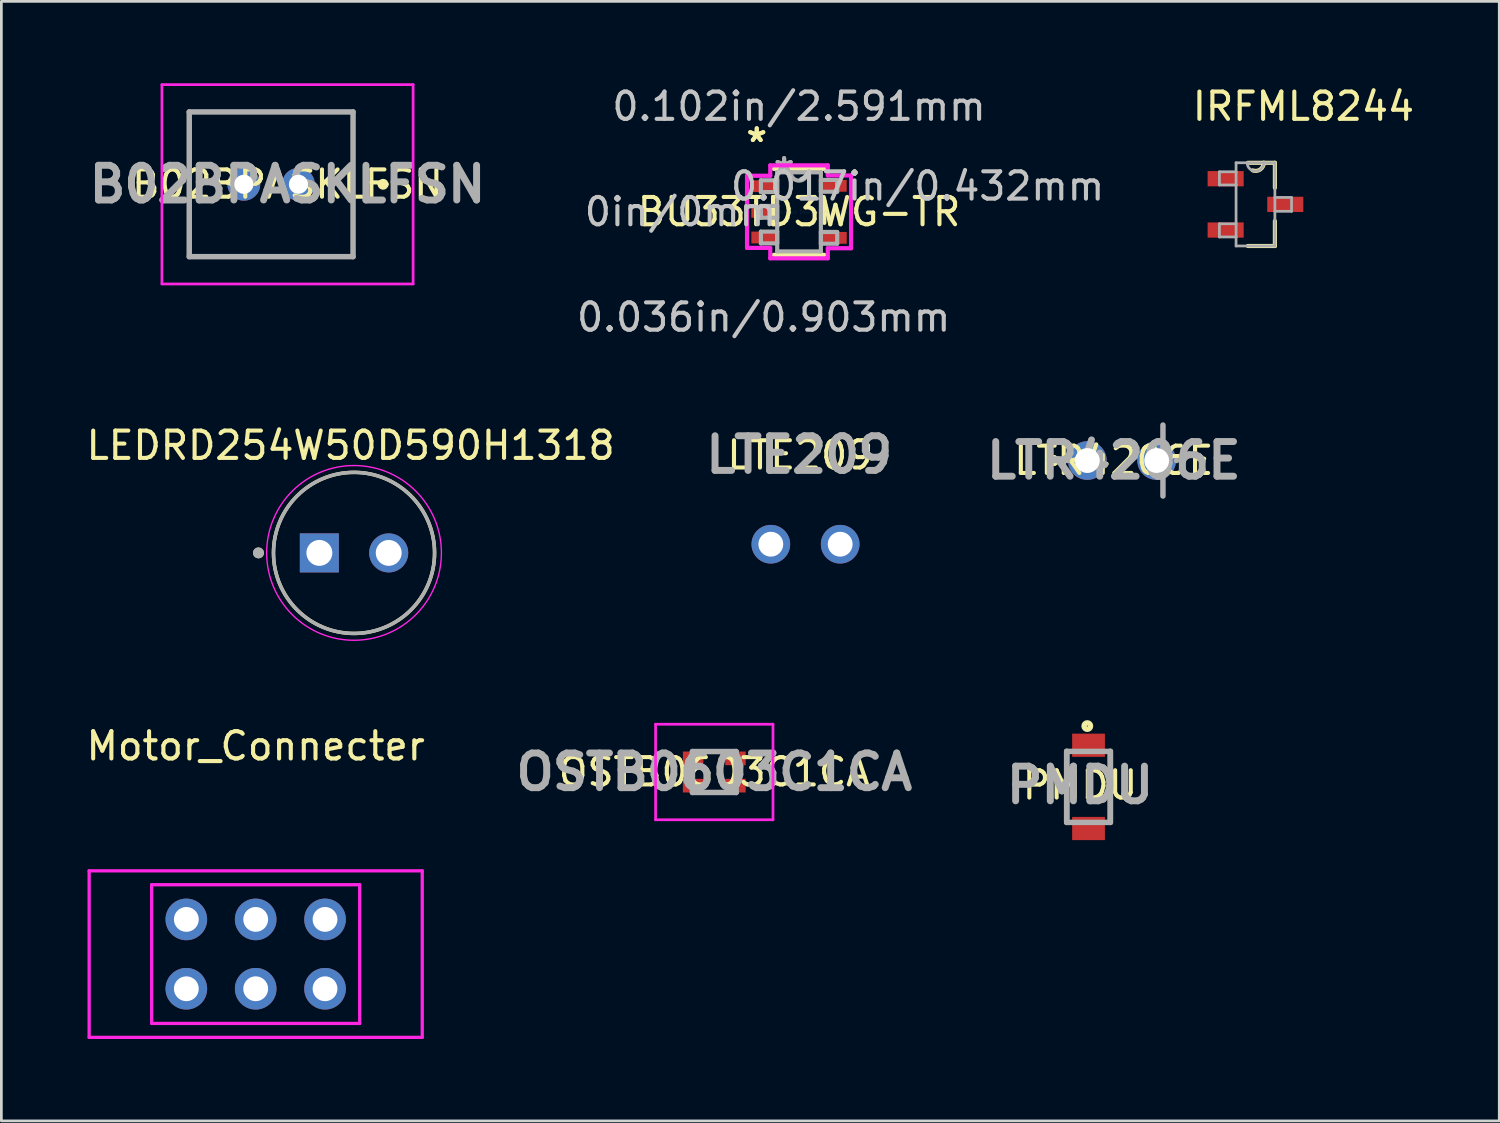
<source format=kicad_pcb>
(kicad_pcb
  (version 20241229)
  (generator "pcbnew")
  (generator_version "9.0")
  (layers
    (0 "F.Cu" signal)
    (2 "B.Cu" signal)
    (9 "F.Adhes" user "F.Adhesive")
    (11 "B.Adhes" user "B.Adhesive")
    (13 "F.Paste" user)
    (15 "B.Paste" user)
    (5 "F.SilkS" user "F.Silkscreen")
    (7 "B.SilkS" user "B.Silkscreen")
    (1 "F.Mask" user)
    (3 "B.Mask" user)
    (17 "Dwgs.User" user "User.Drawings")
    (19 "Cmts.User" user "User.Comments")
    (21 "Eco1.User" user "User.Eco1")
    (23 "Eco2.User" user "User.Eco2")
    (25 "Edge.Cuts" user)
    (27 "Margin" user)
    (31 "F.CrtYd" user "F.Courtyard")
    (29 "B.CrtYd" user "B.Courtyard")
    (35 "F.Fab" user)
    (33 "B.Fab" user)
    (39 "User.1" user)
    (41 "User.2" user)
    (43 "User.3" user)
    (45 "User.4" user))
  (footprint "OSTB0603C1CA"
    (layer "F.Cu")
    (at 23.112 25.226)
    (property "Reference" "OSTB0603C1CA" (at 0 0 0) (layer "F.SilkS") (effects (font (size 1 1) (thickness 0.15))))
    (attr smd)
    (fp_line (start 1.6 -0.5) (end 1.6 -0.5) (stroke (width 0.1) (type solid)) (layer "F.SilkS"))
    (fp_line (start 1.7 -0.5) (end 1.7 -0.5) (stroke (width 0.1) (type solid)) (layer "F.SilkS"))
    (fp_arc (start 1.6 -0.5) (mid 1.65 -0.55) (end 1.7 -0.5) (stroke (width 0.1) (type solid)) (layer "F.SilkS"))
    (fp_arc (start 1.7 -0.5) (mid 1.65 -0.45) (end 1.6 -0.5) (stroke (width 0.1) (type solid)) (layer "F.SilkS"))
    (fp_line (start -2.15 -1.75) (end 2.15 -1.75) (stroke (width 0.1) (type solid)) (layer "F.CrtYd"))
    (fp_line (start -2.15 1.75) (end -2.15 -1.75) (stroke (width 0.1) (type solid)) (layer "F.CrtYd"))
    (fp_line (start 2.15 -1.75) (end 2.15 1.75) (stroke (width 0.1) (type solid)) (layer "F.CrtYd"))
    (fp_line (start 2.15 1.75) (end -2.15 1.75) (stroke (width 0.1) (type solid)) (layer "F.CrtYd"))
    (fp_line (start -0.8 -0.75) (end 0.8 -0.75) (stroke (width 0.2) (type solid)) (layer "F.Fab"))
    (fp_line (start -0.8 0.75) (end -0.8 -0.75) (stroke (width 0.2) (type solid)) (layer "F.Fab"))
    (fp_line (start 0.8 -0.75) (end 0.8 0.75) (stroke (width 0.2) (type solid)) (layer "F.Fab"))
    (fp_line (start 0.8 0.75) (end -0.8 0.75) (stroke (width 0.2) (type solid)) (layer "F.Fab"))
    (fp_text user "${REFERENCE}" (at 0 0 0) (layer "F.Fab") (effects (font (size 1.27 1.27) (thickness 0.254))))
    (pad "1" smd rect (at 0.775 -0.5 90) (size 0.5 0.75) (layers "F.Cu" "F.Mask" "F.Paste"))
    (pad "2" smd rect (at 0.775 0.5 90) (size 0.5 0.75) (layers "F.Cu" "F.Mask" "F.Paste"))
    (pad "3" smd rect (at -0.775 -0.5 90) (size 0.5 0.75) (layers "F.Cu" "F.Mask" "F.Paste"))
    (pad "4" smd rect (at -0.775 0.5 90) (size 0.5 0.75) (layers "F.Cu" "F.Mask" "F.Paste")))
  (footprint "LTE209"
    (layer "F.Cu")
    (at 26.453 16.883)
    (property "Reference" "LTE209" (at -0.191 -3.264 0) (layer "F.SilkS") (effects (font (size 1 1) (thickness 0.15))))
    (attr through_hole)
    (fp_text user "${REFERENCE}" (at -0.229 -3.277 0) (layer "F.Fab") (effects (font (size 1.27 1.27) (thickness 0.254))))
    (pad "1" thru_hole circle (at -1.27 0) (size 1.416 1.416) (drill 0.91) (layers "*.Cu" "*.Mask"))
    (pad "2" thru_hole circle (at 1.27 0) (size 1.416 1.416) (drill 0.91) (layers "*.Cu" "*.Mask")))
  (footprint "LTR4206E"
    (layer "F.Cu")
    (at 38.045 13.818)
    (property "Reference" "LTR4206E" (at -0.3 0 0) (layer "F.SilkS") (effects (font (size 1 1) (thickness 0.15))))
    (attr through_hole)
    (fp_line (start -2.5 -0.1) (end -2.5 -0.1) (stroke (width 0.2) (type solid)) (layer "F.SilkS"))
    (fp_line (start -2.5 0.1) (end -2.5 0.1) (stroke (width 0.2) (type solid)) (layer "F.SilkS"))
    (fp_line (start 1.5 -1.3) (end 1.5 -0.9) (stroke (width 0.1) (type solid)) (layer "F.SilkS"))
    (fp_line (start 1.5 1.3) (end 1.5 0.9) (stroke (width 0.1) (type solid)) (layer "F.SilkS"))
    (fp_arc (start -2.5 -0.1) (mid -2.4 0) (end -2.5 0.1) (stroke (width 0.2) (type solid)) (layer "F.SilkS"))
    (fp_arc (start -2.5 0.1) (mid -2.6 0) (end -2.5 -0.1) (stroke (width 0.2) (type solid)) (layer "F.SilkS"))
    (fp_line (start -2 0) (end -2 0) (stroke (width 0.2) (type solid)) (layer "F.Fab"))
    (fp_line (start 1.5 -1.3) (end 1.5 1.3) (stroke (width 0.2) (type solid)) (layer "F.Fab"))
    (fp_line (start 2 0) (end 2 0) (stroke (width 0.2) (type solid)) (layer "F.Fab"))
    (fp_text user "${REFERENCE}" (at -0.3 0 0) (layer "F.Fab") (effects (font (size 1.27 1.27) (thickness 0.254))))
    (pad "1" thru_hole circle (at -1.27 0) (size 1.416 1.416) (drill 0.91) (layers "*.Cu" "*.Mask"))
    (pad "2" thru_hole circle (at 1.27 0) (size 1.416 1.416) (drill 0.91) (layers "*.Cu" "*.Mask")))
  (footprint "IRFML8244"
    (layer "F.Cu")
    (at 42.934 4.436)
    (property "Reference" "IRFML8244" (at 1.756 -3.588 0) (layer "F.SilkS") (effects (font (size 1 1) (thickness 0.15))))
    (attr through_hole)
    (fp_line (start -0.279 1.524) (end 0.711 1.524) (stroke (width 0.152) (type solid)) (layer "F.SilkS"))
    (fp_line (start 0.305 -1.524) (end -0.279 -1.524) (stroke (width 0.152) (type solid)) (layer "F.SilkS"))
    (fp_line (start 0.711 -1.524) (end 0.305 -1.524) (stroke (width 0.152) (type solid)) (layer "F.SilkS"))
    (fp_line (start 0.711 -0.61) (end 0.711 -1.524) (stroke (width 0.152) (type solid)) (layer "F.SilkS"))
    (fp_line (start 0.711 1.524) (end 0.711 0.61) (stroke (width 0.152) (type solid)) (layer "F.SilkS"))
    (fp_arc (start 0.3048 -1.524) (mid 0.174323 -1.278521) (end -0.1016 -1.2446) (stroke (width 0.1524) (type solid)) (layer "F.SilkS"))
    (fp_line (start -1.321 -1.194) (end -1.321 -0.711) (stroke (width 0.1) (type solid)) (layer "F.Fab"))
    (fp_line (start -1.321 -0.711) (end -0.711 -0.711) (stroke (width 0.1) (type solid)) (layer "F.Fab"))
    (fp_line (start -1.321 0.711) (end -1.321 1.194) (stroke (width 0.1) (type solid)) (layer "F.Fab"))
    (fp_line (start -1.321 1.194) (end -0.711 1.194) (stroke (width 0.1) (type solid)) (layer "F.Fab"))
    (fp_line (start -0.711 -1.524) (end -0.711 -1.194) (stroke (width 0.1) (type solid)) (layer "F.Fab"))
    (fp_line (start -0.711 -1.194) (end -1.321 -1.194) (stroke (width 0.1) (type solid)) (layer "F.Fab"))
    (fp_line (start -0.711 -1.194) (end -0.711 -0.711) (stroke (width 0.1) (type solid)) (layer "F.Fab"))
    (fp_line (start -0.711 -0.711) (end -0.711 0.711) (stroke (width 0.1) (type solid)) (layer "F.Fab"))
    (fp_line (start -0.711 0.711) (end -1.321 0.711) (stroke (width 0.1) (type solid)) (layer "F.Fab"))
    (fp_line (start -0.711 1.194) (end -0.711 0.711) (stroke (width 0.1) (type solid)) (layer "F.Fab"))
    (fp_line (start -0.711 1.524) (end -0.711 1.194) (stroke (width 0.1) (type solid)) (layer "F.Fab"))
    (fp_line (start -0.711 1.524) (end 0.711 1.524) (stroke (width 0.1) (type solid)) (layer "F.Fab"))
    (fp_line (start -0.305 -1.524) (end -0.711 -1.524) (stroke (width 0.1) (type solid)) (layer "F.Fab"))
    (fp_line (start 0.305 -1.524) (end -0.305 -1.524) (stroke (width 0.1) (type solid)) (layer "F.Fab"))
    (fp_line (start 0.711 -1.524) (end 0.305 -1.524) (stroke (width 0.1) (type solid)) (layer "F.Fab"))
    (fp_line (start 0.711 -0.254) (end 0.711 -1.524) (stroke (width 0.1) (type solid)) (layer "F.Fab"))
    (fp_line (start 0.711 0.254) (end 0.711 -0.254) (stroke (width 0.1) (type solid)) (layer "F.Fab"))
    (fp_line (start 0.711 0.254) (end 1.321 0.254) (stroke (width 0.1) (type solid)) (layer "F.Fab"))
    (fp_line (start 0.711 1.524) (end 0.711 0.254) (stroke (width 0.1) (type solid)) (layer "F.Fab"))
    (fp_line (start 1.321 -0.254) (end 0.711 -0.254) (stroke (width 0.1) (type solid)) (layer "F.Fab"))
    (fp_line (start 1.321 0.254) (end 1.321 -0.254) (stroke (width 0.1) (type solid)) (layer "F.Fab"))
    (fp_arc (start 0.3048 -1.524) (mid 0 -1.2192) (end -0.3048 -1.524) (stroke (width 0.1) (type solid)) (layer "F.Fab"))
    (pad "1" smd rect (at -1.092 -0.94) (size 1.321 0.559) (layers "F.Cu" "F.Mask" "F.Paste"))
    (pad "2" smd rect (at -1.092 0.94) (size 1.321 0.559) (layers "F.Cu" "F.Mask" "F.Paste"))
    (pad "3" smd rect (at 1.092 0) (size 1.321 0.559) (layers "F.Cu" "F.Mask" "F.Paste")))
  (footprint "PMDU"
    (layer "F.Cu")
    (at 36.819 25.771)
    (property "Reference" "PMDU" (at -0.311 -0.064 0) (layer "F.SilkS") (effects (font (size 1 1) (thickness 0.15))))
    (attr smd)
    (fp_line (start -0.8 1.3) (end -0.8 -1.3) (stroke (width 0.2) (type solid)) (layer "F.SilkS"))
    (fp_line (start 0.8 -1.3) (end 0.8 1.3) (stroke (width 0.2) (type solid)) (layer "F.SilkS"))
    (fp_circle (center -0.045 -2.227) (end -0.045 -2.209) (stroke (width 0.2) (type solid)) (fill no) (layer "F.SilkS"))
    (fp_line (start -0.8 -1.3) (end 0.8 -1.3) (stroke (width 0.2) (type solid)) (layer "F.Fab"))
    (fp_line (start -0.8 1.3) (end -0.8 -1.3) (stroke (width 0.2) (type solid)) (layer "F.Fab"))
    (fp_line (start 0.8 -1.3) (end 0.8 1.3) (stroke (width 0.2) (type solid)) (layer "F.Fab"))
    (fp_line (start 0.8 1.3) (end -0.8 1.3) (stroke (width 0.2) (type solid)) (layer "F.Fab"))
    (fp_text user "${REFERENCE}" (at -0.311 -0.064 0) (layer "F.Fab") (effects (font (size 1.27 1.27) (thickness 0.254))))
    (pad "1" smd rect (at 0 -1.525 90) (size 0.85 1.2) (layers "F.Cu" "F.Mask" "F.Paste"))
    (pad "2" smd rect (at 0 1.525 90) (size 0.85 1.2) (layers "F.Cu" "F.Mask" "F.Paste")))
  (footprint "Motor_Connecter"
    (layer "F.Cu")
    (at 6.315 30.625)
    (property "Reference" "Motor_Connecter" (at 0 -6.35 0) (layer "F.SilkS") (effects (font (size 1 1) (thickness 0.15))))
    (attr through_hole)
    (fp_line (start -6.1 -1.78) (end 6.1 -1.78) (stroke (width 0.12) (type solid)) (layer "F.CrtYd"))
    (fp_line (start -6.1 4.32) (end -6.1 -1.78) (stroke (width 0.12) (type solid)) (layer "F.CrtYd"))
    (fp_line (start -3.81 -1.27) (end 3.81 -1.27) (stroke (width 0.12) (type solid)) (layer "F.CrtYd"))
    (fp_line (start -3.81 3.81) (end -3.81 -1.27) (stroke (width 0.12) (type solid)) (layer "F.CrtYd"))
    (fp_line (start 3.81 -1.27) (end 3.81 3.81) (stroke (width 0.12) (type solid)) (layer "F.CrtYd"))
    (fp_line (start 3.81 3.81) (end -3.81 3.81) (stroke (width 0.12) (type solid)) (layer "F.CrtYd"))
    (fp_line (start 6.1 -1.78) (end 6.1 4.32) (stroke (width 0.12) (type solid)) (layer "F.CrtYd"))
    (fp_line (start 6.1 4.32) (end -6.1 4.32) (stroke (width 0.12) (type solid)) (layer "F.CrtYd"))
    (pad "1" thru_hole circle (at 2.54 2.54) (size 1.524 1.524) (drill 0.91) (layers "*.Cu" "*.Mask"))
    (pad "2" thru_hole circle (at 2.54 0) (size 1.524 1.524) (drill 0.91) (layers "*.Cu" "*.Mask"))
    (pad "3" thru_hole circle (at 0 2.54) (size 1.524 1.524) (drill 0.91) (layers "*.Cu" "*.Mask"))
    (pad "4" thru_hole circle (at 0 0) (size 1.524 1.524) (drill 0.91) (layers "*.Cu" "*.Mask"))
    (pad "5" thru_hole circle (at -2.54 2.54) (size 1.524 1.524) (drill 0.91) (layers "*.Cu" "*.Mask"))
    (pad "6" thru_hole circle (at -2.54 0) (size 1.524 1.524) (drill 0.91) (layers "*.Cu" "*.Mask")))
  (footprint "LEDRD254W50D590H1318"
    (layer "F.Cu")
    (at 9.917 17.201)
    (property "Reference" "LEDRD254W50D590H1318" (at -0.125 -3.935 0) (layer "F.SilkS") (effects (font (size 1 1) (thickness 0.15))))
    (attr through_hole)
    (fp_circle (center -3.5 0) (end -3.4 0) (stroke (width 0.2) (type solid)) (fill no) (layer "F.SilkS"))
    (fp_circle (center 0 0) (end 2.95 0) (stroke (width 0.127) (type solid)) (fill no) (layer "F.SilkS"))
    (fp_circle (center 0 0) (end 3.2 0) (stroke (width 0.05) (type solid)) (fill no) (layer "F.CrtYd"))
    (fp_circle (center -3.5 0) (end -3.4 0) (stroke (width 0.2) (type solid)) (fill no) (layer "F.Fab"))
    (fp_circle (center 0 0) (end 2.95 0) (stroke (width 0.127) (type solid)) (fill no) (layer "F.Fab"))
    (pad "A" thru_hole circle (at 1.27 0) (size 1.43 1.43) (drill 0.95) (layers "*.Cu" "*.Mask"))
    (pad "C" thru_hole rect (at -1.27 0) (size 1.43 1.43) (drill 0.95) (layers "*.Cu" "*.Mask")))
  (footprint "B02BPASKLFSN"
    (layer "F.Cu")
    (at 7.881 3.7)
    (property "Reference" "B02BPASKLFSN" (at -0.4 0 0) (layer "F.SilkS") (effects (font (size 1 1) (thickness 0.15))))
    (attr through_hole)
    (fp_line (start -4 -2.65) (end 2 -2.65) (stroke (width 0.1) (type solid)) (layer "F.SilkS"))
    (fp_line (start -4 2.65) (end -4 -2.65) (stroke (width 0.1) (type solid)) (layer "F.SilkS"))
    (fp_line (start 2 -2.65) (end 2 2.65) (stroke (width 0.1) (type solid)) (layer "F.SilkS"))
    (fp_line (start 2 2.65) (end -4 2.65) (stroke (width 0.1) (type solid)) (layer "F.SilkS"))
    (fp_line (start 3 0) (end 3 0) (stroke (width 0.2) (type solid)) (layer "F.SilkS"))
    (fp_line (start 3.2 0) (end 3.2 0) (stroke (width 0.2) (type solid)) (layer "F.SilkS"))
    (fp_arc (start 3 0) (mid 3.1 -0.1) (end 3.2 0) (stroke (width 0.2) (type solid)) (layer "F.SilkS"))
    (fp_arc (start 3.2 0) (mid 3.1 0.1) (end 3 0) (stroke (width 0.2) (type solid)) (layer "F.SilkS"))
    (fp_line (start -5 -3.65) (end 4.2 -3.65) (stroke (width 0.1) (type solid)) (layer "F.CrtYd"))
    (fp_line (start -5 3.65) (end -5 -3.65) (stroke (width 0.1) (type solid)) (layer "F.CrtYd"))
    (fp_line (start 4.2 -3.65) (end 4.2 3.65) (stroke (width 0.1) (type solid)) (layer "F.CrtYd"))
    (fp_line (start 4.2 3.65) (end -5 3.65) (stroke (width 0.1) (type solid)) (layer "F.CrtYd"))
    (fp_line (start -4 -2.65) (end 2 -2.65) (stroke (width 0.2) (type solid)) (layer "F.Fab"))
    (fp_line (start -4 2.65) (end -4 -2.65) (stroke (width 0.2) (type solid)) (layer "F.Fab"))
    (fp_line (start 2 -2.65) (end 2 2.65) (stroke (width 0.2) (type solid)) (layer "F.Fab"))
    (fp_line (start 2 2.65) (end -4 2.65) (stroke (width 0.2) (type solid)) (layer "F.Fab"))
    (fp_text user "${REFERENCE}" (at -0.4 0 0) (layer "F.Fab") (effects (font (size 1.27 1.27) (thickness 0.254))))
    (pad "1" thru_hole circle (at 0 0) (size 1.2 1.2) (drill 0.7) (layers "*.Cu" "*.Mask"))
    (pad "2" thru_hole circle (at -2 0) (size 1.2 1.2) (drill 0.7) (layers "*.Cu" "*.Mask")))
  (footprint "BU33TD3WG-TR"
    (layer "F.Cu")
    (at 26.216 4.709)
    (property "Reference" "BU33TD3WG-TR" (at 0 0 0) (layer "F.SilkS") (effects (font (size 1 1) (thickness 0.15))))
    (attr through_hole)
    (fp_line (start -0.927 1.575) (end 0.927 1.575) (stroke (width 0.152) (type solid)) (layer "F.SilkS"))
    (fp_line (start 0.927 -1.575) (end -0.927 -1.575) (stroke (width 0.152) (type solid)) (layer "F.SilkS"))
    (fp_line (start 0.927 0.404) (end 0.927 -0.404) (stroke (width 0.152) (type solid)) (layer "F.SilkS"))
    (fp_line (start -1.905 -1.321) (end -1.054 -1.321) (stroke (width 0.152) (type solid)) (layer "F.CrtYd"))
    (fp_line (start -1.905 1.321) (end -1.905 -1.321) (stroke (width 0.152) (type solid)) (layer "F.CrtYd"))
    (fp_line (start -1.054 -1.702) (end 1.054 -1.702) (stroke (width 0.152) (type solid)) (layer "F.CrtYd"))
    (fp_line (start -1.054 -1.321) (end -1.054 -1.702) (stroke (width 0.152) (type solid)) (layer "F.CrtYd"))
    (fp_line (start -1.054 1.321) (end -1.905 1.321) (stroke (width 0.152) (type solid)) (layer "F.CrtYd"))
    (fp_line (start -1.054 1.702) (end -1.054 1.321) (stroke (width 0.152) (type solid)) (layer "F.CrtYd"))
    (fp_line (start 1.054 -1.702) (end 1.054 -1.333) (stroke (width 0.152) (type solid)) (layer "F.CrtYd"))
    (fp_line (start 1.054 -1.333) (end 1.905 -1.333) (stroke (width 0.152) (type solid)) (layer "F.CrtYd"))
    (fp_line (start 1.054 1.333) (end 1.054 1.702) (stroke (width 0.152) (type solid)) (layer "F.CrtYd"))
    (fp_line (start 1.054 1.702) (end -1.054 1.702) (stroke (width 0.152) (type solid)) (layer "F.CrtYd"))
    (fp_line (start 1.905 -1.333) (end 1.905 1.333) (stroke (width 0.152) (type solid)) (layer "F.CrtYd"))
    (fp_line (start 1.905 1.333) (end 1.054 1.333) (stroke (width 0.152) (type solid)) (layer "F.CrtYd"))
    (fp_line (start -1.397 -1.156) (end -1.397 -0.724) (stroke (width 0.152) (type solid)) (layer "F.Fab"))
    (fp_line (start -1.397 -0.724) (end -0.8 -0.724) (stroke (width 0.152) (type solid)) (layer "F.Fab"))
    (fp_line (start -1.397 -0.216) (end -1.397 0.216) (stroke (width 0.152) (type solid)) (layer "F.Fab"))
    (fp_line (start -1.397 0.216) (end -0.8 0.216) (stroke (width 0.152) (type solid)) (layer "F.Fab"))
    (fp_line (start -1.397 0.724) (end -1.397 1.156) (stroke (width 0.152) (type solid)) (layer "F.Fab"))
    (fp_line (start -1.397 1.156) (end -0.8 1.156) (stroke (width 0.152) (type solid)) (layer "F.Fab"))
    (fp_line (start -0.8 -1.448) (end -0.8 1.448) (stroke (width 0.152) (type solid)) (layer "F.Fab"))
    (fp_line (start -0.8 -1.156) (end -1.397 -1.156) (stroke (width 0.152) (type solid)) (layer "F.Fab"))
    (fp_line (start -0.8 -0.724) (end -0.8 -1.156) (stroke (width 0.152) (type solid)) (layer "F.Fab"))
    (fp_line (start -0.8 -0.216) (end -1.397 -0.216) (stroke (width 0.152) (type solid)) (layer "F.Fab"))
    (fp_line (start -0.8 0.216) (end -0.8 -0.216) (stroke (width 0.152) (type solid)) (layer "F.Fab"))
    (fp_line (start -0.8 0.724) (end -1.397 0.724) (stroke (width 0.152) (type solid)) (layer "F.Fab"))
    (fp_line (start -0.8 1.156) (end -0.8 0.724) (stroke (width 0.152) (type solid)) (layer "F.Fab"))
    (fp_line (start -0.8 1.448) (end 0.8 1.448) (stroke (width 0.152) (type solid)) (layer "F.Fab"))
    (fp_line (start 0.8 -1.448) (end -0.8 -1.448) (stroke (width 0.152) (type solid)) (layer "F.Fab"))
    (fp_line (start 0.8 -1.168) (end 0.8 -0.737) (stroke (width 0.152) (type solid)) (layer "F.Fab"))
    (fp_line (start 0.8 -0.737) (end 1.397 -0.737) (stroke (width 0.152) (type solid)) (layer "F.Fab"))
    (fp_line (start 0.8 0.737) (end 0.8 1.168) (stroke (width 0.152) (type solid)) (layer "F.Fab"))
    (fp_line (start 0.8 1.168) (end 1.397 1.168) (stroke (width 0.152) (type solid)) (layer "F.Fab"))
    (fp_line (start 0.8 1.448) (end 0.8 -1.448) (stroke (width 0.152) (type solid)) (layer "F.Fab"))
    (fp_line (start 1.397 -1.168) (end 0.8 -1.168) (stroke (width 0.152) (type solid)) (layer "F.Fab"))
    (fp_line (start 1.397 -0.737) (end 1.397 -1.168) (stroke (width 0.152) (type solid)) (layer "F.Fab"))
    (fp_line (start 1.397 0.737) (end 0.8 0.737) (stroke (width 0.152) (type solid)) (layer "F.Fab"))
    (fp_line (start 1.397 1.168) (end 1.397 0.737) (stroke (width 0.152) (type solid)) (layer "F.Fab"))
    (fp_arc (start 0.3048 -1.4478) (mid 0 -1.143) (end -0.3048 -1.4478) (stroke (width 0.1524) (type solid)) (layer "F.Fab"))
    (fp_text user "*" (at -1.549 -2.515 0) (layer "F.SilkS") (effects (font (size 1 1) (thickness 0.15))))
    (fp_text user "*" (at -1.549 -2.515 0) (layer "F.SilkS") (effects (font (size 1 1) (thickness 0.15))))
    (fp_text user "0.017in/0.432mm" (at 4.343 -0.94 0) (layer "Dwgs.User") (effects (font (size 1 1) (thickness 0.15))))
    (fp_text user "0in/0mm" (at -4.343 0 0) (layer "Dwgs.User") (effects (font (size 1 1) (thickness 0.15))))
    (fp_text user "0.102in/2.591mm" (at 0 -3.861 0) (layer "Dwgs.User") (effects (font (size 1 1) (thickness 0.15))))
    (fp_text user "0.036in/0.903mm" (at -1.295 3.861 0) (layer "Dwgs.User") (effects (font (size 1 1) (thickness 0.15))))
    (fp_text user "Copyright 2016 Accelerated Designs. All rights reserved." (at 0 0 0) (layer "Cmts.User") (effects (font (size 0.127 0.127) (thickness 0.002))))
    (fp_text user "*" (at -0.546 -1.422 0) (layer "F.Fab") (effects (font (size 1 1) (thickness 0.15))))
    (fp_text user "*" (at -0.546 -1.422 0) (layer "F.Fab") (effects (font (size 1 1) (thickness 0.15))))
    (pad "1" smd rect (at -1.295 -0.94) (size 0.903 0.432) (layers "F.Cu" "F.Mask" "F.Paste"))
    (pad "2" smd rect (at -1.295 0) (size 0.903 0.432) (layers "F.Cu" "F.Mask" "F.Paste"))
    (pad "3" smd rect (at -1.295 0.94) (size 0.903 0.432) (layers "F.Cu" "F.Mask" "F.Paste"))
    (pad "4" smd rect (at 1.295 0.953) (size 0.903 0.432) (layers "F.Cu" "F.Mask" "F.Paste"))
    (pad "5" smd rect (at 1.295 -0.953) (size 0.903 0.432) (layers "F.Cu" "F.Mask" "F.Paste")))
  (gr_rect
    (start -3 -3)
    (end 51.863 38.005)
    (stroke (width 0.1) (type default))
    (fill no)
    (layer "Edge.Cuts")))
</source>
